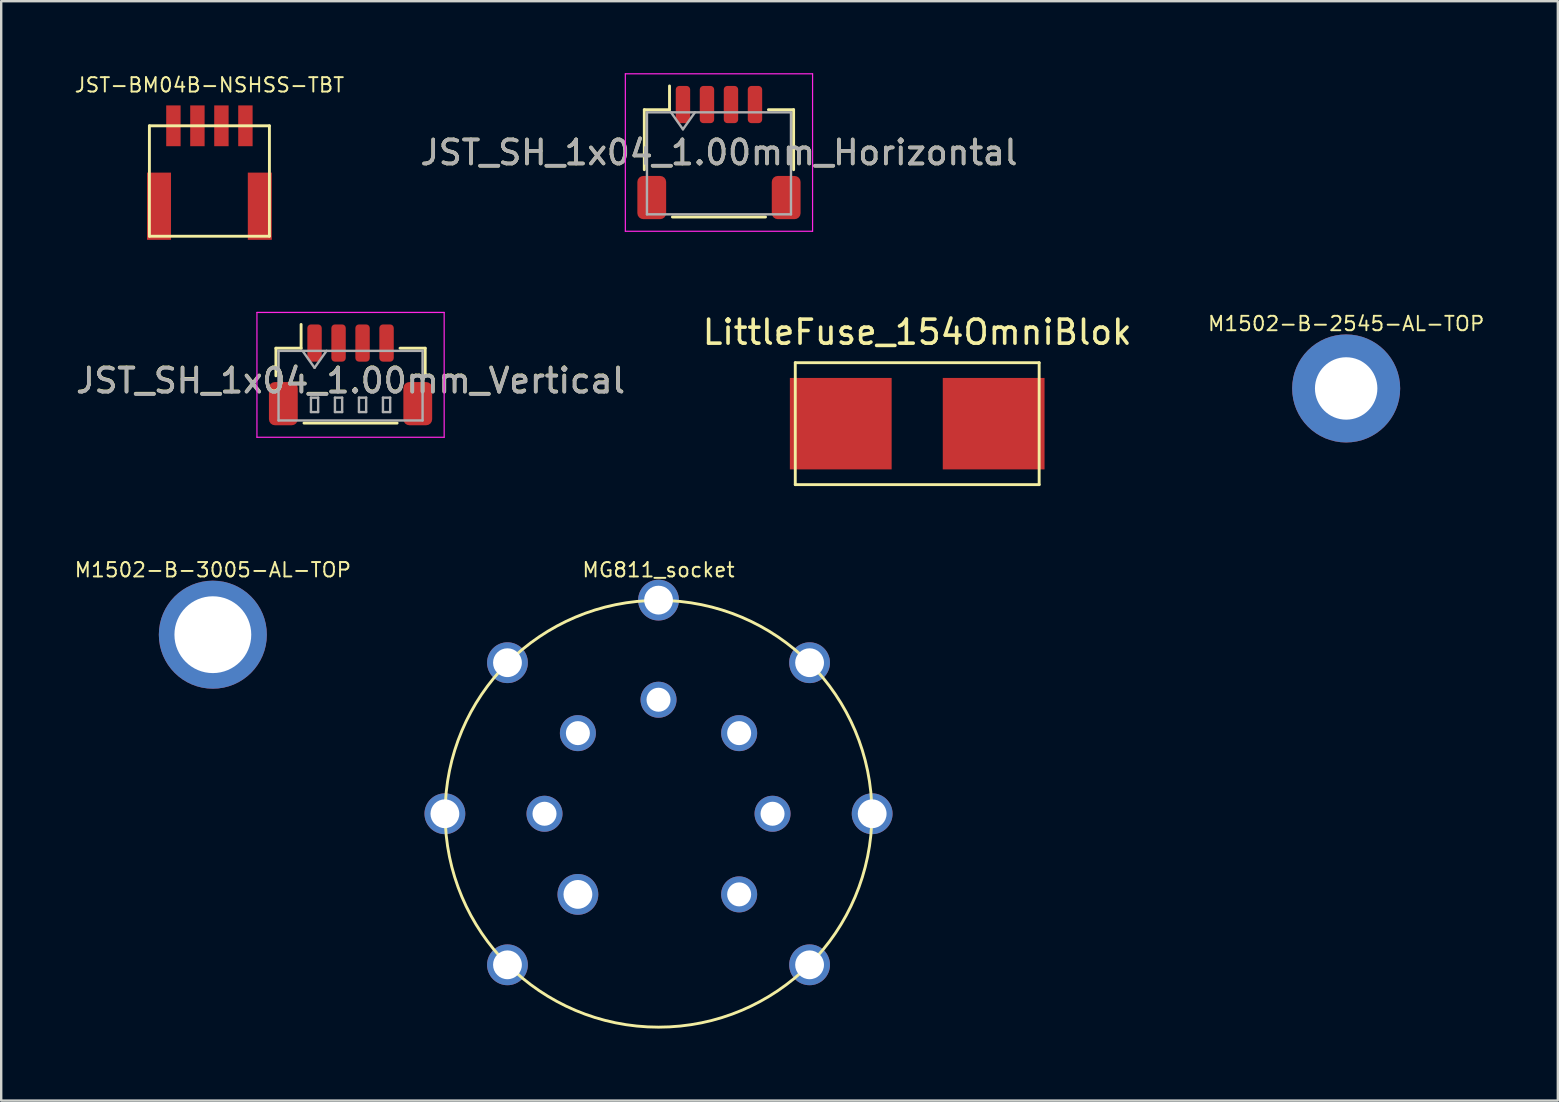
<source format=kicad_pcb>
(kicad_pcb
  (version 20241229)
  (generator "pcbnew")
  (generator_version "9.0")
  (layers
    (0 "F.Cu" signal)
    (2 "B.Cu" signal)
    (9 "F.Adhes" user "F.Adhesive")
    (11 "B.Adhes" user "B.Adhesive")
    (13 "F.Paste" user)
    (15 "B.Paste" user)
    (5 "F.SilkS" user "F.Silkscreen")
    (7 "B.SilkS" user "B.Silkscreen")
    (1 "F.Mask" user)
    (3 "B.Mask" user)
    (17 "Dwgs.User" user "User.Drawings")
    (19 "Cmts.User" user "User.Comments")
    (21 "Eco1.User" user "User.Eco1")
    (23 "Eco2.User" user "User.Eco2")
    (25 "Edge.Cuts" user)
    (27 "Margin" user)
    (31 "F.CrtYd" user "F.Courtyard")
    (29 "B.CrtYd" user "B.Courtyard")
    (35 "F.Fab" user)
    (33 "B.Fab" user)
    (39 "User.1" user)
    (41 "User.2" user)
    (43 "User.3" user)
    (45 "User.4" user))
  (footprint "JST_SH_1x04_1.00mm_Vertical"
    (layer "F.Cu")
    (at 11.554 12.166)
    (property "Reference" "JST_SH_1x04_1.00mm_Vertical" (at 0 0.635 180) (layer "F.SilkS") (effects (font (size 1 1) (thickness 0.15))))
    (attr smd)
    (fp_line (start -3.11 -0.71) (end -2.06 -0.71) (stroke (width 0.12) (type solid)) (layer "F.SilkS"))
    (fp_line (start -3.11 0.44) (end -3.11 -0.71) (stroke (width 0.12) (type solid)) (layer "F.SilkS"))
    (fp_line (start -2.06 -0.71) (end -2.06 -1.7) (stroke (width 0.12) (type solid)) (layer "F.SilkS"))
    (fp_line (start -1.94 2.41) (end 1.94 2.41) (stroke (width 0.12) (type solid)) (layer "F.SilkS"))
    (fp_line (start 3.11 -0.71) (end 2.06 -0.71) (stroke (width 0.12) (type solid)) (layer "F.SilkS"))
    (fp_line (start 3.11 0.44) (end 3.11 -0.71) (stroke (width 0.12) (type solid)) (layer "F.SilkS"))
    (fp_line (start -3.9 -2.2) (end 3.9 -2.2) (stroke (width 0.05) (type solid)) (layer "F.CrtYd"))
    (fp_line (start -3.9 3) (end -3.9 -2.2) (stroke (width 0.05) (type solid)) (layer "F.CrtYd"))
    (fp_line (start 3.9 -2.2) (end 3.9 3) (stroke (width 0.05) (type solid)) (layer "F.CrtYd"))
    (fp_line (start 3.9 3) (end -3.9 3) (stroke (width 0.05) (type solid)) (layer "F.CrtYd"))
    (fp_line (start -3 -0.6) (end -3 2.3) (stroke (width 0.1) (type solid)) (layer "F.Fab"))
    (fp_line (start -3 -0.6) (end 3 -0.6) (stroke (width 0.1) (type solid)) (layer "F.Fab"))
    (fp_line (start -3 2.3) (end 3 2.3) (stroke (width 0.1) (type solid)) (layer "F.Fab"))
    (fp_line (start -2 -0.6) (end -1.5 0.107) (stroke (width 0.1) (type solid)) (layer "F.Fab"))
    (fp_line (start -1.65 1.35) (end -1.35 1.35) (stroke (width 0.1) (type solid)) (layer "F.Fab"))
    (fp_line (start -1.65 1.95) (end -1.65 1.35) (stroke (width 0.1) (type solid)) (layer "F.Fab"))
    (fp_line (start -1.5 0.107) (end -1 -0.6) (stroke (width 0.1) (type solid)) (layer "F.Fab"))
    (fp_line (start -1.35 1.35) (end -1.35 1.95) (stroke (width 0.1) (type solid)) (layer "F.Fab"))
    (fp_line (start -1.35 1.95) (end -1.65 1.95) (stroke (width 0.1) (type solid)) (layer "F.Fab"))
    (fp_line (start -0.65 1.35) (end -0.35 1.35) (stroke (width 0.1) (type solid)) (layer "F.Fab"))
    (fp_line (start -0.65 1.95) (end -0.65 1.35) (stroke (width 0.1) (type solid)) (layer "F.Fab"))
    (fp_line (start -0.35 1.35) (end -0.35 1.95) (stroke (width 0.1) (type solid)) (layer "F.Fab"))
    (fp_line (start -0.35 1.95) (end -0.65 1.95) (stroke (width 0.1) (type solid)) (layer "F.Fab"))
    (fp_line (start 0.35 1.35) (end 0.65 1.35) (stroke (width 0.1) (type solid)) (layer "F.Fab"))
    (fp_line (start 0.35 1.95) (end 0.35 1.35) (stroke (width 0.1) (type solid)) (layer "F.Fab"))
    (fp_line (start 0.65 1.35) (end 0.65 1.95) (stroke (width 0.1) (type solid)) (layer "F.Fab"))
    (fp_line (start 0.65 1.95) (end 0.35 1.95) (stroke (width 0.1) (type solid)) (layer "F.Fab"))
    (fp_line (start 1.35 1.35) (end 1.65 1.35) (stroke (width 0.1) (type solid)) (layer "F.Fab"))
    (fp_line (start 1.35 1.95) (end 1.35 1.35) (stroke (width 0.1) (type solid)) (layer "F.Fab"))
    (fp_line (start 1.65 1.35) (end 1.65 1.95) (stroke (width 0.1) (type solid)) (layer "F.Fab"))
    (fp_line (start 1.65 1.95) (end 1.35 1.95) (stroke (width 0.1) (type solid)) (layer "F.Fab"))
    (fp_line (start 3 -0.6) (end 3 2.3) (stroke (width 0.1) (type solid)) (layer "F.Fab"))
    (fp_text user "${REFERENCE}" (at 0 0.65 180) (layer "F.Fab") (effects (font (size 1 1) (thickness 0.15))))
    (pad "1" smd roundrect (at -1.5 -0.925 180) (size 0.6 1.55) (layers "F.Cu" "F.Mask" "F.Paste") (roundrect_rratio 0.25))
    (pad "2" smd roundrect (at -0.5 -0.925 180) (size 0.6 1.55) (layers "F.Cu" "F.Mask" "F.Paste") (roundrect_rratio 0.25))
    (pad "3" smd roundrect (at 0.5 -0.925 180) (size 0.6 1.55) (layers "F.Cu" "F.Mask" "F.Paste") (roundrect_rratio 0.25))
    (pad "4" smd roundrect (at 1.5 -0.925 180) (size 0.6 1.55) (layers "F.Cu" "F.Mask" "F.Paste") (roundrect_rratio 0.25))
    (pad "MP" smd roundrect (at -2.8 1.6 180) (size 1.2 1.8) (layers "F.Cu" "F.Mask" "F.Paste") (roundrect_rratio 0.208))
    (pad "MP" smd roundrect (at 2.8 1.6 180) (size 1.2 1.8) (layers "F.Cu" "F.Mask" "F.Paste") (roundrect_rratio 0.208)))
  (footprint "M1502-B-3005-AL-TOP"
    (layer "F.Cu")
    (at 5.817 23.391)
    (property "Reference" "M1502-B-3005-AL-TOP" (at 0 -2.7 0) (layer "F.SilkS") (effects (font (size 0.6 0.6) (thickness 0.08))))
    (attr through_hole)
    (pad "1" thru_hole circle (at 0 0) (size 4.5 4.5) (drill 3.2) (layers "*.Cu" "*.Mask")))
  (footprint "LittleFuse_154OmniBlok"
    (layer "F.Cu")
    (at 35.161 14.6)
    (property "Reference" "LittleFuse_154OmniBlok" (at 0 -3.81 0) (layer "F.SilkS") (effects (font (size 1 1) (thickness 0.15))))
    (attr through_hole)
    (fp_line (start -5.08 -2.54) (end 5.08 -2.54) (stroke (width 0.12) (type solid)) (layer "F.SilkS"))
    (fp_line (start -5.08 2.54) (end -5.08 -2.54) (stroke (width 0.12) (type solid)) (layer "F.SilkS"))
    (fp_line (start 5.08 -2.54) (end 5.08 2.54) (stroke (width 0.12) (type solid)) (layer "F.SilkS"))
    (fp_line (start 5.08 2.54) (end -5.08 2.54) (stroke (width 0.12) (type solid)) (layer "F.SilkS"))
    (pad "1" smd rect (at -3.185 0) (size 4.24 3.81) (layers "F.Cu" "F.Mask" "F.Paste"))
    (pad "2" smd rect (at 3.185 0) (size 4.24 3.81) (layers "F.Cu" "F.Mask" "F.Paste")))
  (footprint "MG811_socket"
    (layer "F.Cu")
    (at 24.384 30.851)
    (property "Reference" "MG811_socket" (at 0 -10.16 0) (layer "F.SilkS") (effects (font (size 0.6 0.6) (thickness 0.08))))
    (attr through_hole)
    (fp_circle (center 0 0) (end 8.89 0) (stroke (width 0.12) (type solid)) (fill no) (layer "F.SilkS"))
    (pad "" thru_hole circle (at 0 -8.9 90) (size 1.7 1.7) (drill 1.2) (layers "*.Cu" "*.Mask"))
    (pad "" thru_hole circle (at 0 -4.75 90) (size 1.5 1.5) (drill 1) (layers "*.Cu" "*.Mask"))
    (pad "1" thru_hole circle (at -6.293 -6.293 135) (size 1.7 1.7) (drill 1.2) (layers "*.Cu" "*.Mask"))
    (pad "1" thru_hole circle (at -3.359 -3.359 135) (size 1.5 1.5) (drill 1) (layers "*.Cu" "*.Mask"))
    (pad "2" thru_hole circle (at -8.9 0 180) (size 1.7 1.7) (drill 1.2) (layers "*.Cu" "*.Mask"))
    (pad "2" thru_hole circle (at -4.75 0 180) (size 1.5 1.5) (drill 1) (layers "*.Cu" "*.Mask"))
    (pad "3" thru_hole circle (at -6.293 6.293 225) (size 1.7 1.7) (drill 1.2) (layers "*.Cu" "*.Mask"))
    (pad "3" thru_hole circle (at -3.359 3.359 225) (size 1.7 1.7) (drill 1.2) (layers "*.Cu" "*.Mask"))
    (pad "4" thru_hole circle (at 3.359 3.359 315) (size 1.5 1.5) (drill 1) (layers "*.Cu" "*.Mask"))
    (pad "4" thru_hole circle (at 6.293 6.293 315) (size 1.7 1.7) (drill 1.2) (layers "*.Cu" "*.Mask"))
    (pad "5" thru_hole circle (at 4.75 0) (size 1.5 1.5) (drill 1) (layers "*.Cu" "*.Mask"))
    (pad "5" thru_hole circle (at 8.9 0) (size 1.7 1.7) (drill 1.2) (layers "*.Cu" "*.Mask"))
    (pad "6" thru_hole circle (at 3.359 -3.359 90) (size 1.5 1.5) (drill 1) (layers "*.Cu" "*.Mask"))
    (pad "6" thru_hole circle (at 6.293 -6.293 45) (size 1.7 1.7) (drill 1.2) (layers "*.Cu" "*.Mask")))
  (footprint "JST-BM04B-NSHSS-TBT"
    (layer "F.Cu")
    (at 5.674 2.191)
    (property "Reference" "JST-BM04B-NSHSS-TBT" (at 0 -1.7 0) (layer "F.SilkS") (effects (font (size 0.6 0.6) (thickness 0.08))))
    (attr through_hole)
    (fp_line (start -2.5 0) (end 2.5 0) (stroke (width 0.12) (type solid)) (layer "F.SilkS"))
    (fp_line (start -2.5 4.6) (end -2.5 0) (stroke (width 0.12) (type solid)) (layer "F.SilkS"))
    (fp_line (start 2.5 0) (end 2.5 4.6) (stroke (width 0.12) (type solid)) (layer "F.SilkS"))
    (fp_line (start 2.5 4.6) (end -2.5 4.6) (stroke (width 0.12) (type solid)) (layer "F.SilkS"))
    (pad "1" smd rect (at 1.5 0) (size 0.6 1.7) (layers "F.Cu" "F.Mask" "F.Paste"))
    (pad "2" smd rect (at 0.5 0) (size 0.6 1.7) (layers "F.Cu" "F.Mask" "F.Paste"))
    (pad "3" smd rect (at -0.5 0) (size 0.6 1.7) (layers "F.Cu" "F.Mask" "F.Paste"))
    (pad "4" smd rect (at -1.5 0) (size 0.6 1.7) (layers "F.Cu" "F.Mask" "F.Paste"))
    (pad "5" smd rect (at -2.1 3.35) (size 1 2.8) (layers "F.Cu" "F.Mask" "F.Paste"))
    (pad "5" smd rect (at 2.1 3.35) (size 1 2.8) (layers "F.Cu" "F.Mask" "F.Paste")))
  (footprint "JST_SH_1x04_1.00mm_Horizontal"
    (layer "F.Cu")
    (at 26.902 3.305)
    (property "Reference" "JST_SH_1x04_1.00mm_Horizontal" (at 0 0 0) (layer "F.SilkS") (effects (font (size 1 1) (thickness 0.15))))
    (attr smd)
    (fp_line (start -3.11 -1.785) (end -2.06 -1.785) (stroke (width 0.12) (type solid)) (layer "F.SilkS"))
    (fp_line (start -3.11 0.715) (end -3.11 -1.785) (stroke (width 0.12) (type solid)) (layer "F.SilkS"))
    (fp_line (start -2.06 -1.785) (end -2.06 -2.775) (stroke (width 0.12) (type solid)) (layer "F.SilkS"))
    (fp_line (start -1.94 2.685) (end 1.94 2.685) (stroke (width 0.12) (type solid)) (layer "F.SilkS"))
    (fp_line (start 3.11 -1.785) (end 2.06 -1.785) (stroke (width 0.12) (type solid)) (layer "F.SilkS"))
    (fp_line (start 3.11 0.715) (end 3.11 -1.785) (stroke (width 0.12) (type solid)) (layer "F.SilkS"))
    (fp_line (start -3.9 -3.28) (end -3.9 3.28) (stroke (width 0.05) (type solid)) (layer "F.CrtYd"))
    (fp_line (start -3.9 3.28) (end 3.9 3.28) (stroke (width 0.05) (type solid)) (layer "F.CrtYd"))
    (fp_line (start 3.9 -3.28) (end -3.9 -3.28) (stroke (width 0.05) (type solid)) (layer "F.CrtYd"))
    (fp_line (start 3.9 3.28) (end 3.9 -3.28) (stroke (width 0.05) (type solid)) (layer "F.CrtYd"))
    (fp_line (start -3 -1.675) (end -3 2.575) (stroke (width 0.1) (type solid)) (layer "F.Fab"))
    (fp_line (start -3 -1.675) (end 3 -1.675) (stroke (width 0.1) (type solid)) (layer "F.Fab"))
    (fp_line (start -3 2.575) (end 3 2.575) (stroke (width 0.1) (type solid)) (layer "F.Fab"))
    (fp_line (start -2 -1.675) (end -1.5 -0.968) (stroke (width 0.1) (type solid)) (layer "F.Fab"))
    (fp_line (start -1.5 -0.968) (end -1 -1.675) (stroke (width 0.1) (type solid)) (layer "F.Fab"))
    (fp_line (start 3 -1.675) (end 3 2.575) (stroke (width 0.1) (type solid)) (layer "F.Fab"))
    (fp_text user "${REFERENCE}" (at 0 0 0) (layer "F.Fab") (effects (font (size 1 1) (thickness 0.15))))
    (pad "1" smd roundrect (at -1.5 -2) (size 0.6 1.55) (layers "F.Cu" "F.Mask" "F.Paste") (roundrect_rratio 0.25))
    (pad "2" smd roundrect (at -0.5 -2) (size 0.6 1.55) (layers "F.Cu" "F.Mask" "F.Paste") (roundrect_rratio 0.25))
    (pad "3" smd roundrect (at 0.5 -2) (size 0.6 1.55) (layers "F.Cu" "F.Mask" "F.Paste") (roundrect_rratio 0.25))
    (pad "4" smd roundrect (at 1.5 -2) (size 0.6 1.55) (layers "F.Cu" "F.Mask" "F.Paste") (roundrect_rratio 0.25))
    (pad "MP" smd roundrect (at -2.8 1.875) (size 1.2 1.8) (layers "F.Cu" "F.Mask" "F.Paste") (roundrect_rratio 0.208))
    (pad "MP" smd roundrect (at 2.8 1.875) (size 1.2 1.8) (layers "F.Cu" "F.Mask" "F.Paste") (roundrect_rratio 0.208)))
  (footprint "M1502-B-2545-AL-TOP"
    (layer "F.Cu")
    (at 53.031 13.133)
    (property "Reference" "M1502-B-2545-AL-TOP" (at 0 -2.7 0) (layer "F.SilkS") (effects (font (size 0.6 0.6) (thickness 0.08))))
    (attr through_hole)
    (pad "1" thru_hole circle (at 0 0) (size 4.5 4.5) (drill 2.6) (layers "*.Cu" "*.Mask")))
  (gr_rect
    (start -3 -3)
    (end 61.849 42.801)
    (stroke (width 0.1) (type default))
    (fill no)
    (layer "Edge.Cuts")))
</source>
